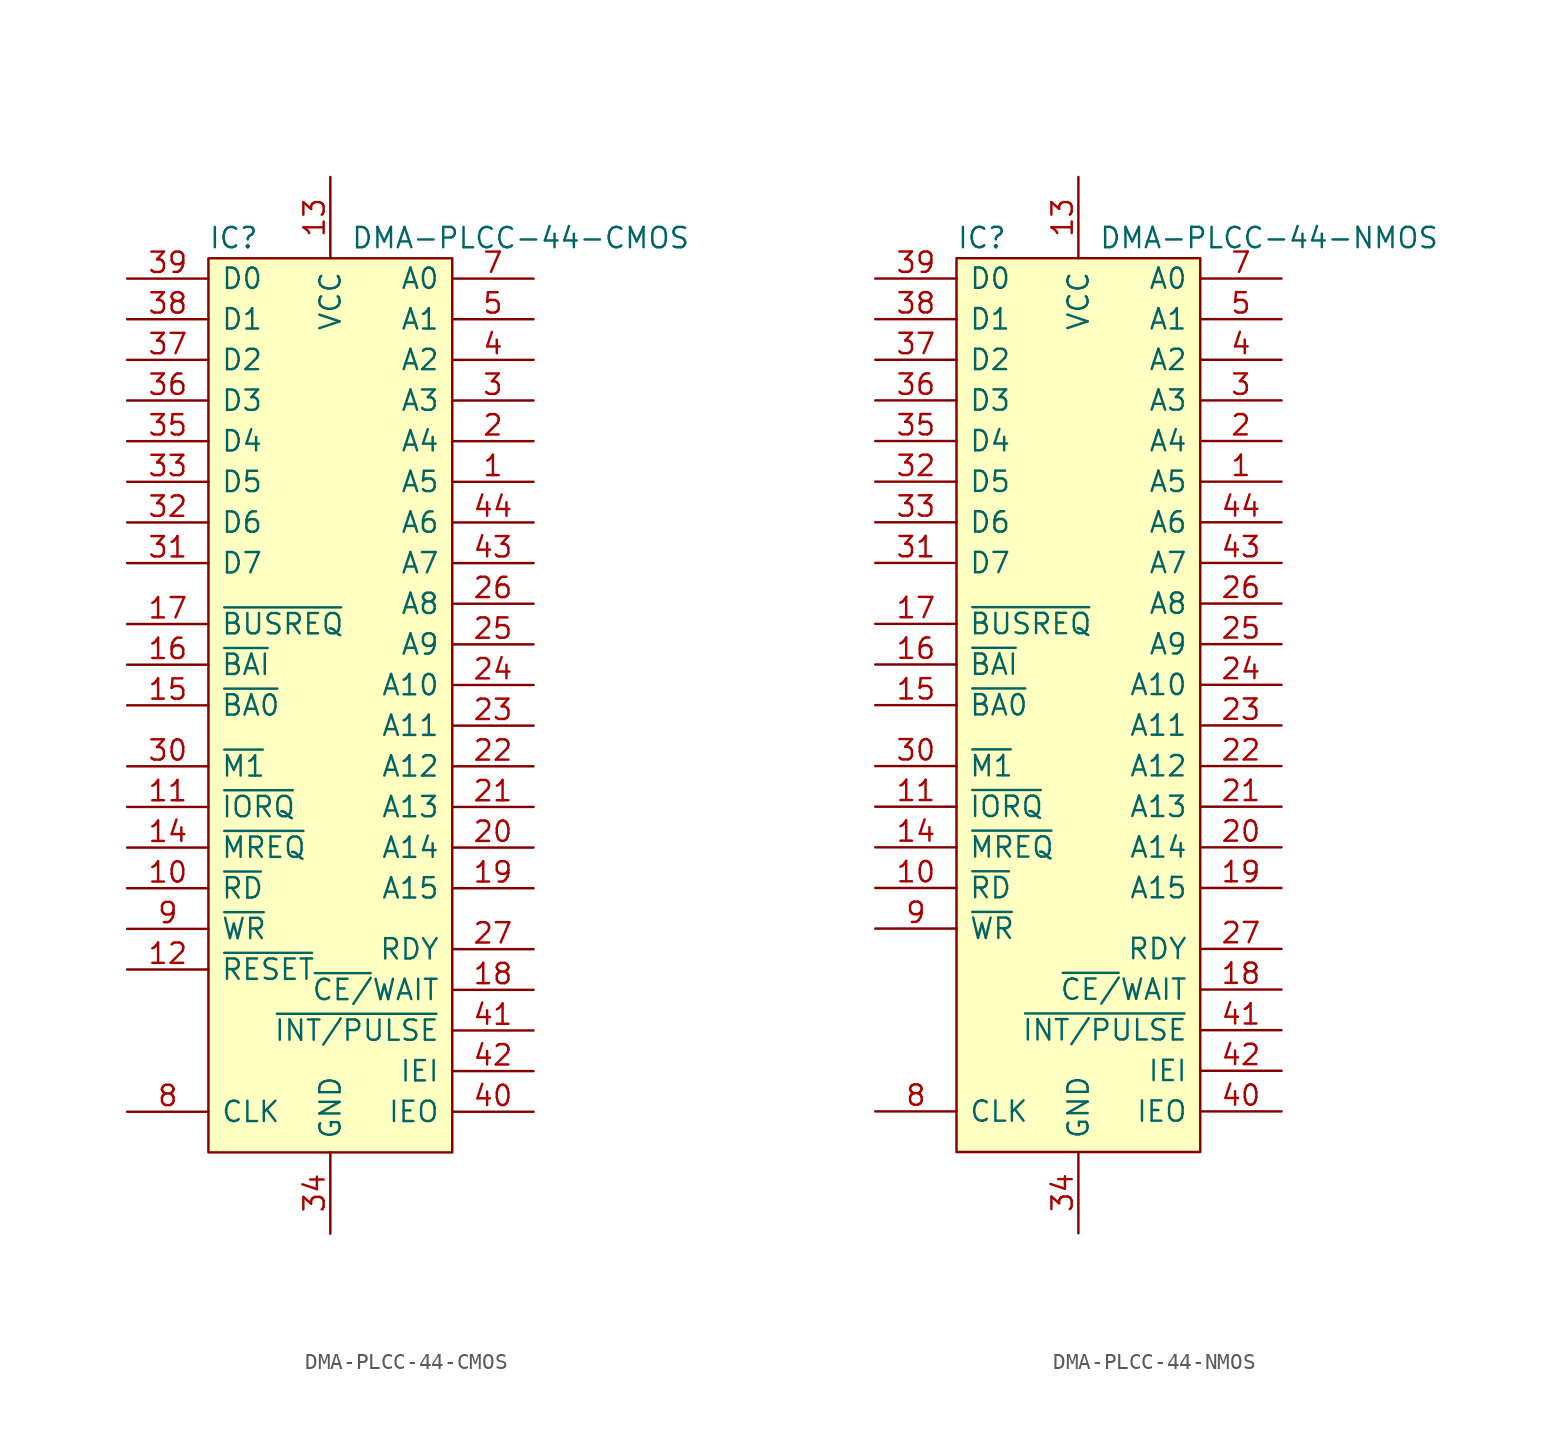
<source format=kicad_sym>
(kicad_symbol_lib
  (version 20211014)
  (generator kicad_symbol_editor)
  (symbol "DMA-PLCC-44-CMOS"
    (pin_names
      (offset 0.762))
    (property "Reference" "IC"
      (at 0 1.27 0)
      (effects (font (size 1.27 1.27)) (justify left)))
    (property "Value" "DMA-PLCC-44-CMOS"
      (at 8.89 1.27 0)
      (effects (font (size 1.27 1.27)) (justify left)))
    (symbol "DMA-PLCC-44-CMOS_0_0"
      (pin input line (at -5.08 -44.45 0) (length 5.08) (name "~{RESET}" (effects (font (size 1.27 1.27)))) (number "12" (effects (font (size 1.27 1.27)))))
      (pin no_connect line (at -2.54 -50.8 0) (length 2.54) hide (name "NC" (effects (font (size 1.27 1.27)))) (number "28" (effects (font (size 1.27 1.27)))))
      (pin no_connect line (at -2.54 -48.26 0) (length 2.54) hide (name "NC" (effects (font (size 1.27 1.27)))) (number "29" (effects (font (size 1.27 1.27))))))
    (symbol "DMA-PLCC-44-CMOS_1_1"
      (rectangle (start 0 0) (end 15.24 -55.88) (stroke (width 0) (type default) (color 0 0 0 0)) (fill (type background)))
      (pin bidirectional line (at 20.32 -13.97 180) (length 5.08) (name "A5" (effects (font (size 1.27 1.27)))) (number "1" (effects (font (size 1.27 1.27)))))
      (pin bidirectional line (at -5.08 -39.37 0) (length 5.08) (name "~{RD}" (effects (font (size 1.27 1.27)))) (number "10" (effects (font (size 1.27 1.27)))))
      (pin bidirectional line (at -5.08 -34.29 0) (length 5.08) (name "~{IORQ}" (effects (font (size 1.27 1.27)))) (number "11" (effects (font (size 1.27 1.27)))))
      (pin power_in line (at 7.62 5.08 270) (length 5.08) (name "VCC" (effects (font (size 1.27 1.27)))) (number "13" (effects (font (size 1.27 1.27)))))
      (pin bidirectional line (at -5.08 -36.83 0) (length 5.08) (name "~{MREQ}" (effects (font (size 1.27 1.27)))) (number "14" (effects (font (size 1.27 1.27)))))
      (pin output line (at -5.08 -27.94 0) (length 5.08) (name "~{BA0}" (effects (font (size 1.27 1.27)))) (number "15" (effects (font (size 1.27 1.27)))))
      (pin input line (at -5.08 -25.4 0) (length 5.08) (name "~{BAI}" (effects (font (size 1.27 1.27)))) (number "16" (effects (font (size 1.27 1.27)))))
      (pin bidirectional line (at -5.08 -22.86 0) (length 5.08) (name "~{BUSREQ}" (effects (font (size 1.27 1.27)))) (number "17" (effects (font (size 1.27 1.27)))))
      (pin input line (at 20.32 -45.72 180) (length 5.08) (name "~{CE/}WAIT" (effects (font (size 1.27 1.27)))) (number "18" (effects (font (size 1.27 1.27)))))
      (pin bidirectional line (at 20.32 -39.37 180) (length 5.08) (name "A15" (effects (font (size 1.27 1.27)))) (number "19" (effects (font (size 1.27 1.27)))))
      (pin bidirectional line (at 20.32 -11.43 180) (length 5.08) (name "A4" (effects (font (size 1.27 1.27)))) (number "2" (effects (font (size 1.27 1.27)))))
      (pin bidirectional line (at 20.32 -36.83 180) (length 5.08) (name "A14" (effects (font (size 1.27 1.27)))) (number "20" (effects (font (size 1.27 1.27)))))
      (pin bidirectional line (at 20.32 -34.29 180) (length 5.08) (name "A13" (effects (font (size 1.27 1.27)))) (number "21" (effects (font (size 1.27 1.27)))))
      (pin bidirectional line (at 20.32 -31.75 180) (length 5.08) (name "A12" (effects (font (size 1.27 1.27)))) (number "22" (effects (font (size 1.27 1.27)))))
      (pin bidirectional line (at 20.32 -29.21 180) (length 5.08) (name "A11" (effects (font (size 1.27 1.27)))) (number "23" (effects (font (size 1.27 1.27)))))
      (pin bidirectional line (at 20.32 -26.67 180) (length 5.08) (name "A10" (effects (font (size 1.27 1.27)))) (number "24" (effects (font (size 1.27 1.27)))))
      (pin bidirectional line (at 20.32 -24.13 180) (length 5.08) (name "A9" (effects (font (size 1.27 1.27)))) (number "25" (effects (font (size 1.27 1.27)))))
      (pin bidirectional line (at 20.32 -21.59 180) (length 5.08) (name "A8" (effects (font (size 1.27 1.27)))) (number "26" (effects (font (size 1.27 1.27)))))
      (pin input line (at 20.32 -43.18 180) (length 5.08) (name "RDY" (effects (font (size 1.27 1.27)))) (number "27" (effects (font (size 1.27 1.27)))))
      (pin bidirectional line (at 20.32 -8.89 180) (length 5.08) (name "A3" (effects (font (size 1.27 1.27)))) (number "3" (effects (font (size 1.27 1.27)))))
      (pin input line (at -5.08 -31.75 0) (length 5.08) (name "~{M1}" (effects (font (size 1.27 1.27)))) (number "30" (effects (font (size 1.27 1.27)))))
      (pin bidirectional line (at -5.08 -19.05 0) (length 5.08) (name "D7" (effects (font (size 1.27 1.27)))) (number "31" (effects (font (size 1.27 1.27)))))
      (pin bidirectional line (at -5.08 -16.51 0) (length 5.08) (name "D6" (effects (font (size 1.27 1.27)))) (number "32" (effects (font (size 1.27 1.27)))))
      (pin bidirectional line (at -5.08 -13.97 0) (length 5.08) (name "D5" (effects (font (size 1.27 1.27)))) (number "33" (effects (font (size 1.27 1.27)))))
      (pin power_in line (at 7.62 -60.96 90) (length 5.08) (name "GND" (effects (font (size 1.27 1.27)))) (number "34" (effects (font (size 1.27 1.27)))))
      (pin bidirectional line (at -5.08 -11.43 0) (length 5.08) (name "D4" (effects (font (size 1.27 1.27)))) (number "35" (effects (font (size 1.27 1.27)))))
      (pin bidirectional line (at -5.08 -8.89 0) (length 5.08) (name "D3" (effects (font (size 1.27 1.27)))) (number "36" (effects (font (size 1.27 1.27)))))
      (pin bidirectional line (at -5.08 -6.35 0) (length 5.08) (name "D2" (effects (font (size 1.27 1.27)))) (number "37" (effects (font (size 1.27 1.27)))))
      (pin bidirectional line (at -5.08 -3.81 0) (length 5.08) (name "D1" (effects (font (size 1.27 1.27)))) (number "38" (effects (font (size 1.27 1.27)))))
      (pin bidirectional line (at -5.08 -1.27 0) (length 5.08) (name "D0" (effects (font (size 1.27 1.27)))) (number "39" (effects (font (size 1.27 1.27)))))
      (pin bidirectional line (at 20.32 -6.35 180) (length 5.08) (name "A2" (effects (font (size 1.27 1.27)))) (number "4" (effects (font (size 1.27 1.27)))))
      (pin output line (at 20.32 -53.34 180) (length 5.08) (name "IEO" (effects (font (size 1.27 1.27)))) (number "40" (effects (font (size 1.27 1.27)))))
      (pin output line (at 20.32 -48.26 180) (length 5.08) (name "~{INT/PULSE}" (effects (font (size 1.27 1.27)))) (number "41" (effects (font (size 1.27 1.27)))))
      (pin input line (at 20.32 -50.8 180) (length 5.08) (name "IEI" (effects (font (size 1.27 1.27)))) (number "42" (effects (font (size 1.27 1.27)))))
      (pin bidirectional line (at 20.32 -19.05 180) (length 5.08) (name "A7" (effects (font (size 1.27 1.27)))) (number "43" (effects (font (size 1.27 1.27)))))
      (pin bidirectional line (at 20.32 -16.51 180) (length 5.08) (name "A6" (effects (font (size 1.27 1.27)))) (number "44" (effects (font (size 1.27 1.27)))))
      (pin bidirectional line (at 20.32 -3.81 180) (length 5.08) (name "A1" (effects (font (size 1.27 1.27)))) (number "5" (effects (font (size 1.27 1.27)))))
      (pin no_connect line (at -2.54 -45.72 0) (length 2.54) hide (name "NC" (effects (font (size 1.27 1.27)))) (number "6" (effects (font (size 1.27 1.27)))))
      (pin bidirectional line (at 20.32 -1.27 180) (length 5.08) (name "A0" (effects (font (size 1.27 1.27)))) (number "7" (effects (font (size 1.27 1.27)))))
      (pin input line (at -5.08 -53.34 0) (length 5.08) (name "CLK" (effects (font (size 1.27 1.27)))) (number "8" (effects (font (size 1.27 1.27)))))
      (pin bidirectional line (at -5.08 -41.91 0) (length 5.08) (name "~{WR}" (effects (font (size 1.27 1.27)))) (number "9" (effects (font (size 1.27 1.27)))))))
  (symbol "DMA-PLCC-44-NMOS"
    (pin_names
      (offset 0.762))
    (property "Reference" "IC"
      (at 0 1.27 0)
      (effects (font (size 1.27 1.27)) (justify left)))
    (property "Value" "DMA-PLCC-44-NMOS"
      (at 8.89 1.27 0)
      (effects (font (size 1.27 1.27)) (justify left)))
    (symbol "DMA-PLCC-44-NMOS_0_0"
      (pin no_connect line (at 11.43 -35.56 0) (length 2.54) hide (name "NC" (effects (font (size 1.27 1.27)))) (number "12" (effects (font (size 1.27 1.27)))))
      (pin no_connect line (at 11.43 -40.64 0) (length 2.54) hide (name "NC" (effects (font (size 1.27 1.27)))) (number "28" (effects (font (size 1.27 1.27)))))
      (pin no_connect line (at 11.43 -38.1 0) (length 2.54) hide (name "NC" (effects (font (size 1.27 1.27)))) (number "29" (effects (font (size 1.27 1.27))))))
    (symbol "DMA-PLCC-44-NMOS_1_1"
      (rectangle (start 0 0) (end 15.24 -55.88) (stroke (width 0) (type default) (color 0 0 0 0)) (fill (type background)))
      (pin output line (at 20.32 -13.97 180) (length 5.08) (name "A5" (effects (font (size 1.27 1.27)))) (number "1" (effects (font (size 1.27 1.27)))))
      (pin bidirectional line (at -5.08 -39.37 0) (length 5.08) (name "~{RD}" (effects (font (size 1.27 1.27)))) (number "10" (effects (font (size 1.27 1.27)))))
      (pin bidirectional line (at -5.08 -34.29 0) (length 5.08) (name "~{IORQ}" (effects (font (size 1.27 1.27)))) (number "11" (effects (font (size 1.27 1.27)))))
      (pin power_in line (at 7.62 5.08 270) (length 5.08) (name "VCC" (effects (font (size 1.27 1.27)))) (number "13" (effects (font (size 1.27 1.27)))))
      (pin bidirectional line (at -5.08 -36.83 0) (length 5.08) (name "~{MREQ}" (effects (font (size 1.27 1.27)))) (number "14" (effects (font (size 1.27 1.27)))))
      (pin output line (at -5.08 -27.94 0) (length 5.08) (name "~{BA0}" (effects (font (size 1.27 1.27)))) (number "15" (effects (font (size 1.27 1.27)))))
      (pin input line (at -5.08 -25.4 0) (length 5.08) (name "~{BAI}" (effects (font (size 1.27 1.27)))) (number "16" (effects (font (size 1.27 1.27)))))
      (pin bidirectional line (at -5.08 -22.86 0) (length 5.08) (name "~{BUSREQ}" (effects (font (size 1.27 1.27)))) (number "17" (effects (font (size 1.27 1.27)))))
      (pin input line (at 20.32 -45.72 180) (length 5.08) (name "~{CE/}WAIT" (effects (font (size 1.27 1.27)))) (number "18" (effects (font (size 1.27 1.27)))))
      (pin output line (at 20.32 -39.37 180) (length 5.08) (name "A15" (effects (font (size 1.27 1.27)))) (number "19" (effects (font (size 1.27 1.27)))))
      (pin output line (at 20.32 -11.43 180) (length 5.08) (name "A4" (effects (font (size 1.27 1.27)))) (number "2" (effects (font (size 1.27 1.27)))))
      (pin output line (at 20.32 -36.83 180) (length 5.08) (name "A14" (effects (font (size 1.27 1.27)))) (number "20" (effects (font (size 1.27 1.27)))))
      (pin output line (at 20.32 -34.29 180) (length 5.08) (name "A13" (effects (font (size 1.27 1.27)))) (number "21" (effects (font (size 1.27 1.27)))))
      (pin output line (at 20.32 -31.75 180) (length 5.08) (name "A12" (effects (font (size 1.27 1.27)))) (number "22" (effects (font (size 1.27 1.27)))))
      (pin output line (at 20.32 -29.21 180) (length 5.08) (name "A11" (effects (font (size 1.27 1.27)))) (number "23" (effects (font (size 1.27 1.27)))))
      (pin output line (at 20.32 -26.67 180) (length 5.08) (name "A10" (effects (font (size 1.27 1.27)))) (number "24" (effects (font (size 1.27 1.27)))))
      (pin output line (at 20.32 -24.13 180) (length 5.08) (name "A9" (effects (font (size 1.27 1.27)))) (number "25" (effects (font (size 1.27 1.27)))))
      (pin output line (at 20.32 -21.59 180) (length 5.08) (name "A8" (effects (font (size 1.27 1.27)))) (number "26" (effects (font (size 1.27 1.27)))))
      (pin input line (at 20.32 -43.18 180) (length 5.08) (name "RDY" (effects (font (size 1.27 1.27)))) (number "27" (effects (font (size 1.27 1.27)))))
      (pin output line (at 20.32 -8.89 180) (length 5.08) (name "A3" (effects (font (size 1.27 1.27)))) (number "3" (effects (font (size 1.27 1.27)))))
      (pin input line (at -5.08 -31.75 0) (length 5.08) (name "~{M1}" (effects (font (size 1.27 1.27)))) (number "30" (effects (font (size 1.27 1.27)))))
      (pin bidirectional line (at -5.08 -19.05 0) (length 5.08) (name "D7" (effects (font (size 1.27 1.27)))) (number "31" (effects (font (size 1.27 1.27)))))
      (pin bidirectional line (at -5.08 -13.97 0) (length 5.08) (name "D5" (effects (font (size 1.27 1.27)))) (number "32" (effects (font (size 1.27 1.27)))))
      (pin bidirectional line (at -5.08 -16.51 0) (length 5.08) (name "D6" (effects (font (size 1.27 1.27)))) (number "33" (effects (font (size 1.27 1.27)))))
      (pin power_in line (at 7.62 -60.96 90) (length 5.08) (name "GND" (effects (font (size 1.27 1.27)))) (number "34" (effects (font (size 1.27 1.27)))))
      (pin bidirectional line (at -5.08 -11.43 0) (length 5.08) (name "D4" (effects (font (size 1.27 1.27)))) (number "35" (effects (font (size 1.27 1.27)))))
      (pin bidirectional line (at -5.08 -8.89 0) (length 5.08) (name "D3" (effects (font (size 1.27 1.27)))) (number "36" (effects (font (size 1.27 1.27)))))
      (pin bidirectional line (at -5.08 -6.35 0) (length 5.08) (name "D2" (effects (font (size 1.27 1.27)))) (number "37" (effects (font (size 1.27 1.27)))))
      (pin bidirectional line (at -5.08 -3.81 0) (length 5.08) (name "D1" (effects (font (size 1.27 1.27)))) (number "38" (effects (font (size 1.27 1.27)))))
      (pin bidirectional line (at -5.08 -1.27 0) (length 5.08) (name "D0" (effects (font (size 1.27 1.27)))) (number "39" (effects (font (size 1.27 1.27)))))
      (pin output line (at 20.32 -6.35 180) (length 5.08) (name "A2" (effects (font (size 1.27 1.27)))) (number "4" (effects (font (size 1.27 1.27)))))
      (pin output line (at 20.32 -53.34 180) (length 5.08) (name "IEO" (effects (font (size 1.27 1.27)))) (number "40" (effects (font (size 1.27 1.27)))))
      (pin output line (at 20.32 -48.26 180) (length 5.08) (name "~{INT/PULSE}" (effects (font (size 1.27 1.27)))) (number "41" (effects (font (size 1.27 1.27)))))
      (pin input line (at 20.32 -50.8 180) (length 5.08) (name "IEI" (effects (font (size 1.27 1.27)))) (number "42" (effects (font (size 1.27 1.27)))))
      (pin output line (at 20.32 -19.05 180) (length 5.08) (name "A7" (effects (font (size 1.27 1.27)))) (number "43" (effects (font (size 1.27 1.27)))))
      (pin output line (at 20.32 -16.51 180) (length 5.08) (name "A6" (effects (font (size 1.27 1.27)))) (number "44" (effects (font (size 1.27 1.27)))))
      (pin output line (at 20.32 -3.81 180) (length 5.08) (name "A1" (effects (font (size 1.27 1.27)))) (number "5" (effects (font (size 1.27 1.27)))))
      (pin output line (at 20.32 -1.27 180) (length 5.08) (name "A0" (effects (font (size 1.27 1.27)))) (number "7" (effects (font (size 1.27 1.27)))))
      (pin input line (at -5.08 -53.34 0) (length 5.08) (name "CLK" (effects (font (size 1.27 1.27)))) (number "8" (effects (font (size 1.27 1.27)))))
      (pin bidirectional line (at -5.08 -41.91 0) (length 5.08) (name "~{WR}" (effects (font (size 1.27 1.27)))) (number "9" (effects (font (size 1.27 1.27))))))))
</source>
